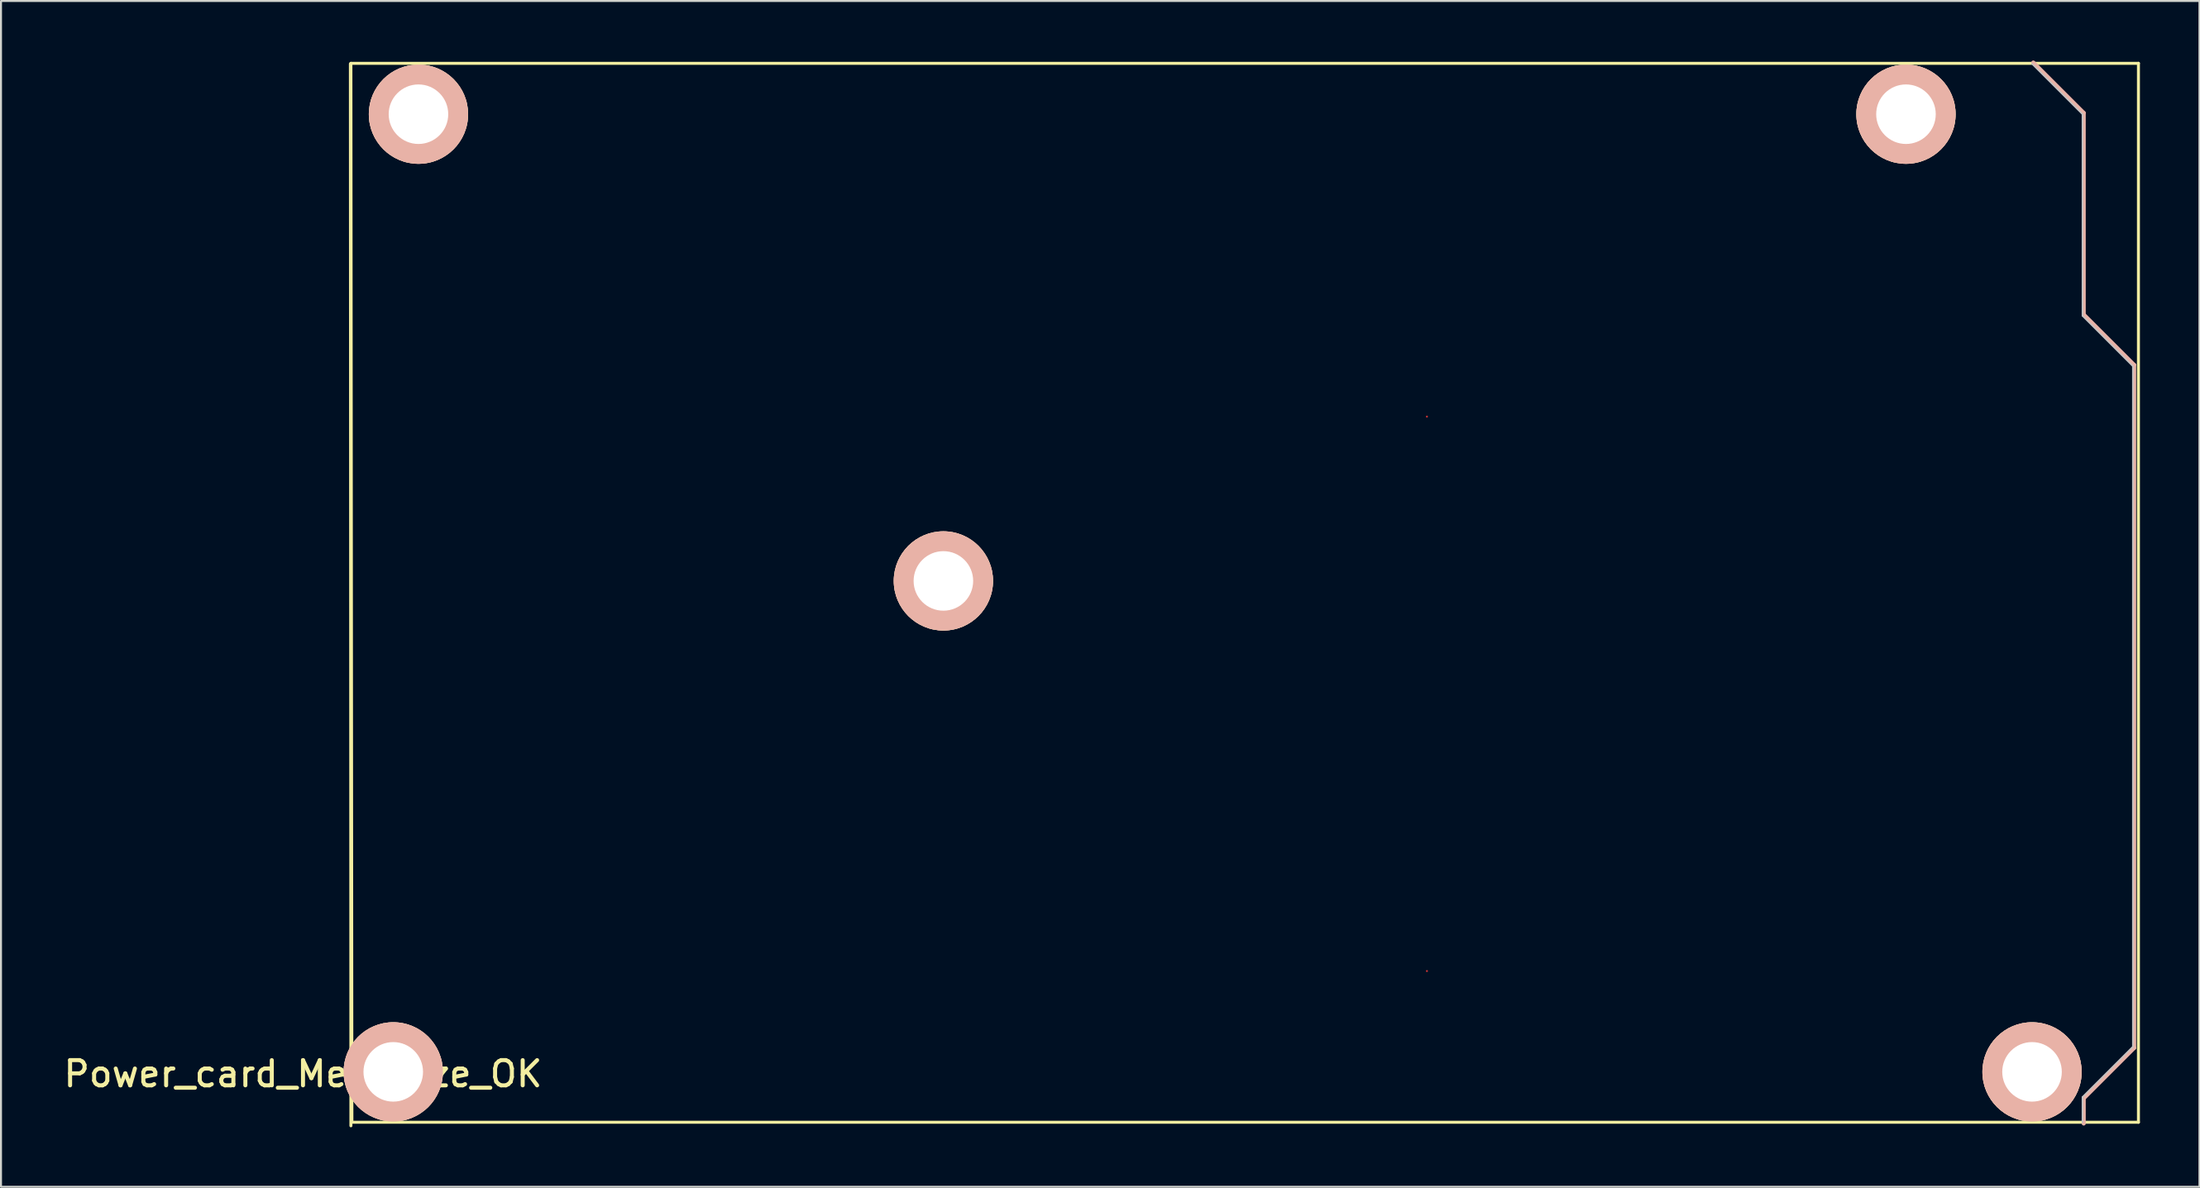
<source format=kicad_pcb>
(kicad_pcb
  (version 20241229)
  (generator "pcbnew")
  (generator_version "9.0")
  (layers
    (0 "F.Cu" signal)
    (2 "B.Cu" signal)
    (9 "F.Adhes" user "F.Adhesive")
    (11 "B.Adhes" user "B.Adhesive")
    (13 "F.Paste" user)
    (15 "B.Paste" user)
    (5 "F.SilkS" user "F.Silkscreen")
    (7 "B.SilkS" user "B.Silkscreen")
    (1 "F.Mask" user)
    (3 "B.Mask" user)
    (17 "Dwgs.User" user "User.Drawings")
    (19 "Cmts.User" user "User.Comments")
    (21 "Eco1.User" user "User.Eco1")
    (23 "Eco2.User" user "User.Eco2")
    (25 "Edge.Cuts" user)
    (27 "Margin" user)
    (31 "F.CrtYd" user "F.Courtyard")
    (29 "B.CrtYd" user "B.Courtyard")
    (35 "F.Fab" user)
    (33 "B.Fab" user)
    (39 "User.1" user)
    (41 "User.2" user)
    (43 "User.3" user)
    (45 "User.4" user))
  (footprint "Power_card_MegaSize_OK"
    (layer "F.Cu")
    (at 14.651 53.505)
    (property "Reference" "Power_card_MegaSize_OK" (at -2.438 -2.438 0) (layer "F.SilkS") (effects (font (size 1.27 1.27) (thickness 0.203))))
    (attr through_hole)
    (fp_line (start -0.025 0.178) (end -0.051 -53.34) (stroke (width 0.15) (type solid)) (layer "F.SilkS"))
    (fp_line (start 0 -53.365) (end 90.018 -53.365) (stroke (width 0.15) (type solid)) (layer "F.SilkS"))
    (fp_line (start 0.025 0) (end -0.025 -53.365) (stroke (width 0.15) (type solid)) (layer "F.SilkS"))
    (fp_line (start 90.018 -53.365) (end 90.018 0) (stroke (width 0.15) (type solid)) (layer "F.SilkS"))
    (fp_line (start 90.018 0) (end 0.025 0) (stroke (width 0.15) (type solid)) (layer "F.SilkS"))
    (fp_line (start 87.262 -50.864) (end 84.722 -53.404) (stroke (width 0.203) (type solid)) (layer "B.SilkS"))
    (fp_line (start 87.262 -40.703) (end 87.262 -50.864) (stroke (width 0.203) (type solid)) (layer "B.SilkS"))
    (fp_line (start 87.262 -40.703) (end 89.802 -38.163) (stroke (width 0.203) (type solid)) (layer "B.SilkS"))
    (fp_line (start 87.262 -1.206) (end 87.262 0.064) (stroke (width 0.203) (type solid)) (layer "B.SilkS"))
    (fp_line (start 89.802 -38.163) (end 89.802 -3.747) (stroke (width 0.203) (type solid)) (layer "B.SilkS"))
    (fp_line (start 89.802 -3.747) (end 87.262 -1.206) (stroke (width 0.203) (type solid)) (layer "B.SilkS"))
    (fp_line (start 87.198 -50.8) (end 84.658 -53.34) (stroke (width 0.076) (type solid)) (layer "Dwgs.User"))
    (fp_line (start 87.198 -40.64) (end 87.198 -50.8) (stroke (width 0.076) (type solid)) (layer "Dwgs.User"))
    (fp_line (start 87.198 -40.64) (end 89.738 -38.1) (stroke (width 0.076) (type solid)) (layer "Dwgs.User"))
    (fp_line (start 87.198 -1.27) (end 87.198 0) (stroke (width 0.076) (type solid)) (layer "Dwgs.User"))
    (fp_line (start 89.738 -38.1) (end 89.738 -3.81) (stroke (width 0.076) (type solid)) (layer "Dwgs.User"))
    (fp_line (start 89.738 -3.81) (end 87.198 -1.27) (stroke (width 0.076) (type solid)) (layer "Dwgs.User"))
    (pad "" thru_hole circle (at 2.108 -2.54 270) (size 5 5) (drill 3) (layers "*.Cu" "*.SilkS" "*.Mask"))
    (pad "" thru_hole circle (at 3.378 -50.8 270) (size 5 5) (drill 3) (layers "*.Cu" "*.SilkS" "*.Mask"))
    (pad "" thru_hole circle (at 29.82 -27.28 270) (size 5 5) (drill 3) (layers "*.Cu" "*.SilkS" "*.Mask"))
    (pad "" smd circle (at 54.178 -35.56 270) (size 0.1 0.1) (layers "F.Cu" "F.Mask" "F.Paste"))
    (pad "" smd circle (at 54.178 -7.62 270) (size 0.1 0.1) (layers "F.Cu" "F.Mask" "F.Paste"))
    (pad "" thru_hole circle (at 78.308 -50.8 270) (size 5 5) (drill 3) (layers "*.Cu" "*.SilkS" "*.Mask"))
    (pad "" thru_hole circle (at 84.658 -2.54 270) (size 5 5) (drill 3) (layers "*.Cu" "*.SilkS" "*.Mask")))
  (gr_rect
    (start -3 -3)
    (end 107.744 56.758)
    (stroke (width 0.1) (type default))
    (fill no)
    (layer "Edge.Cuts")))
</source>
